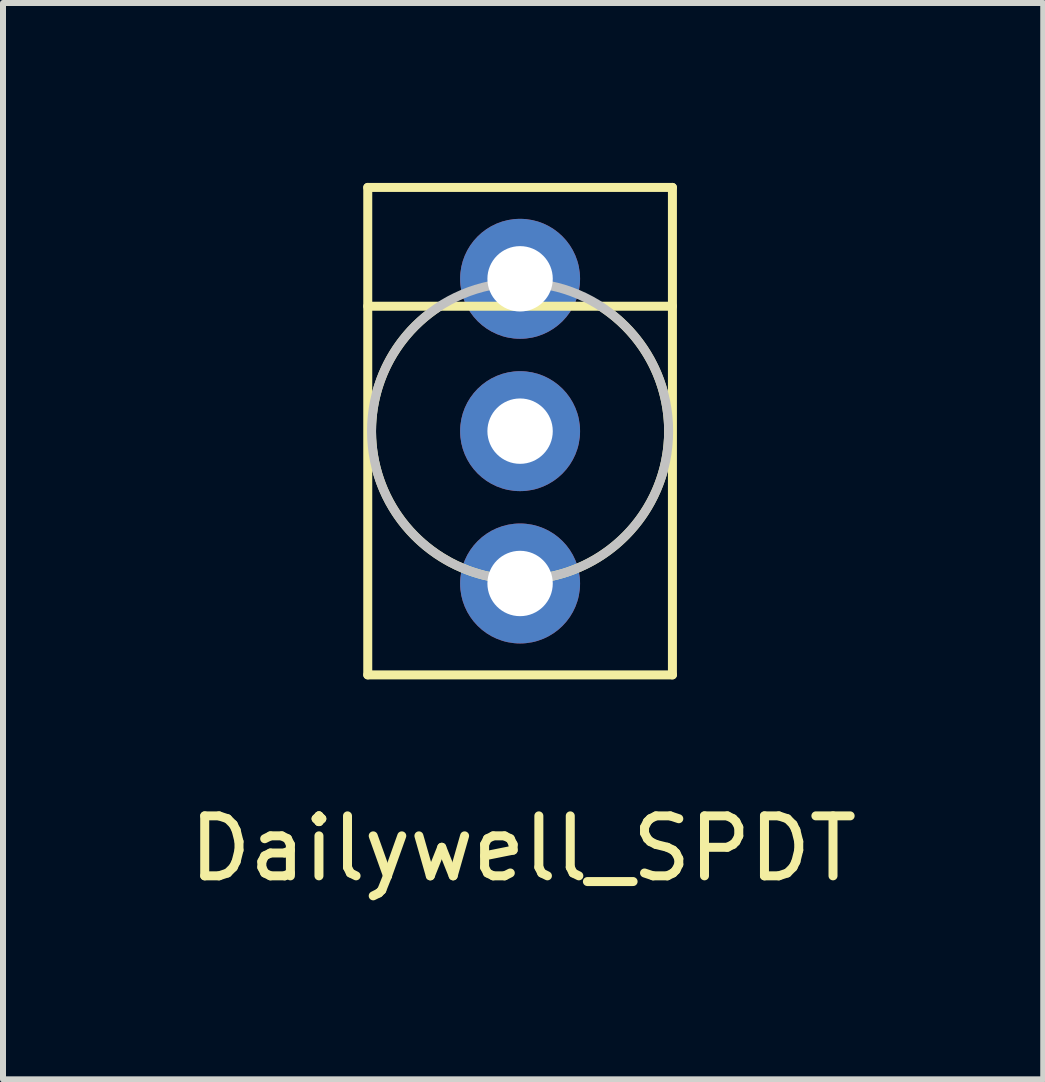
<source format=kicad_pcb>
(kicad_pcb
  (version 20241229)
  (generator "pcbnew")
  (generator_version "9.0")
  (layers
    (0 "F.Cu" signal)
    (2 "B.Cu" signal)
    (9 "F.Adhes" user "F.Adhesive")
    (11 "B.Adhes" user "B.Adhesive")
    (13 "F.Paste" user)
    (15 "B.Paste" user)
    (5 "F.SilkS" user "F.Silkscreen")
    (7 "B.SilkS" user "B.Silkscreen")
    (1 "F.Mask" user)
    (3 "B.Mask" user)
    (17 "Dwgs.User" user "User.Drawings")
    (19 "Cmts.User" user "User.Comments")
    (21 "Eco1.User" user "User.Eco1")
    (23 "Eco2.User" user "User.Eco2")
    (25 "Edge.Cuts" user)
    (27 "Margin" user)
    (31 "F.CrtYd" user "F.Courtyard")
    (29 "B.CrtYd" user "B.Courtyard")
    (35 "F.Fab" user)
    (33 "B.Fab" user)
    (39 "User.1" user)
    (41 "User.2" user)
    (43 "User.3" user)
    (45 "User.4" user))
  (footprint "Dailywell_SPDT"
    (layer "F.Cu")
    (at 5.622 4.139)
    (property "Reference" "Dailywell_SPDT" (at 0.051 6.96 0) (layer "F.SilkS") (effects (font (size 1 1) (thickness 0.15))))
    (attr through_hole)
    (fp_line (start -2.54 -4.064) (end -2.54 4.064) (stroke (width 0.15) (type solid)) (layer "F.SilkS"))
    (fp_line (start -2.54 4.064) (end 2.54 4.064) (stroke (width 0.15) (type solid)) (layer "F.SilkS"))
    (fp_line (start 2.54 -4.064) (end -2.54 -4.064) (stroke (width 0.15) (type solid)) (layer "F.SilkS"))
    (fp_line (start 2.54 -2.083) (end -2.54 -2.083) (stroke (width 0.15) (type solid)) (layer "F.SilkS"))
    (fp_line (start 2.54 4.064) (end 2.54 -4.064) (stroke (width 0.15) (type solid)) (layer "F.SilkS"))
    (fp_arc (start 1.35636 -2.07264) (mid -0.000491 2.477004) (end -1.355539 -2.073177) (stroke (width 0.15) (type solid)) (layer "F.SilkS"))
    (fp_circle (center 0 0) (end 0 2.477) (stroke (width 0.15) (type solid)) (fill no) (layer "Dwgs.User"))
    (pad "1" thru_hole circle (at 0 2.54) (size 2 2) (drill 1.09) (layers "*.Cu" "*.Mask"))
    (pad "2" thru_hole circle (at 0 0) (size 2 2) (drill 1.09) (layers "*.Cu" "*.Mask"))
    (pad "3" thru_hole circle (at 0 -2.54) (size 2 2) (drill 1.09) (layers "*.Cu" "*.Mask")))
  (gr_rect
    (start -3 -3)
    (end 14.345 14.947)
    (stroke (width 0.1) (type default))
    (fill no)
    (layer "Edge.Cuts")))
</source>
